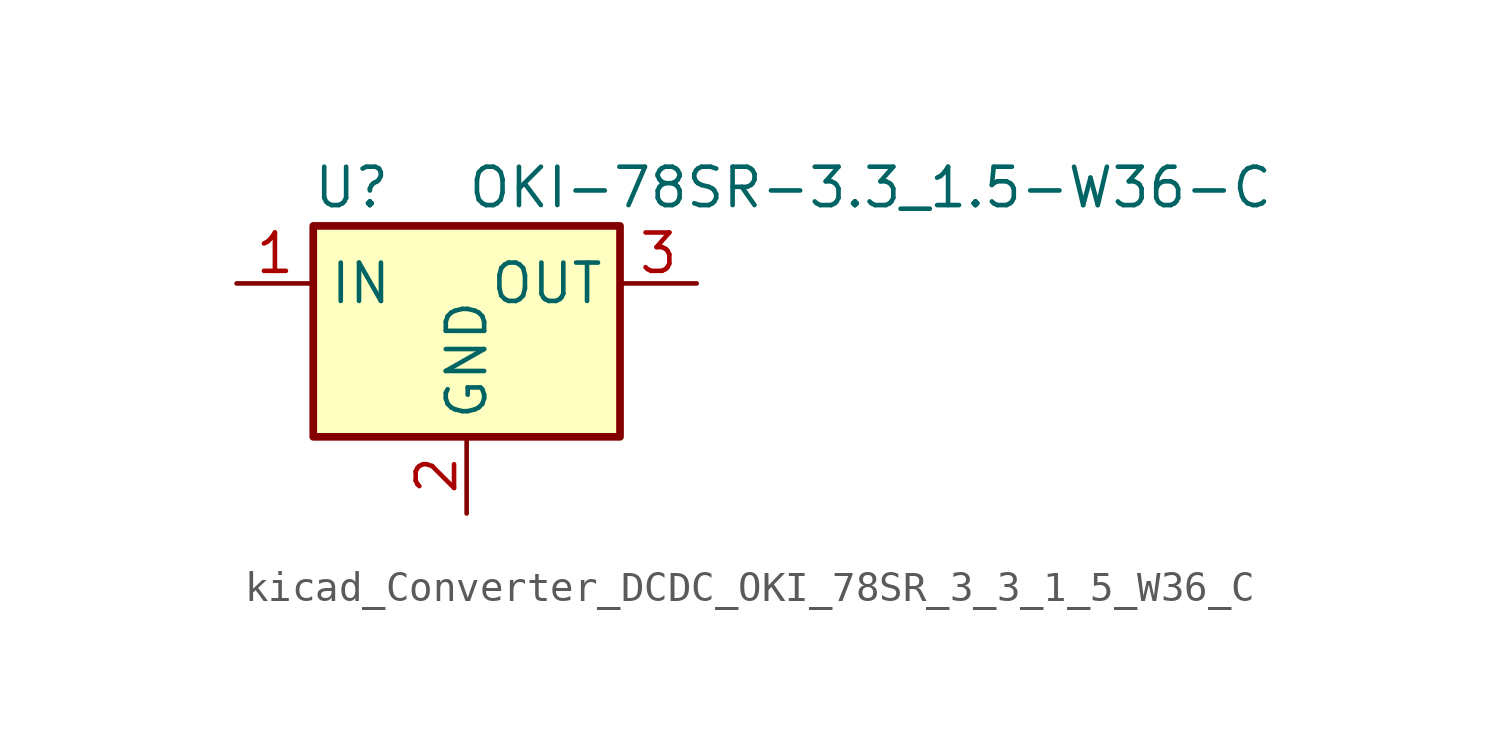
<source format=kicad_sym>
(kicad_symbol_lib
  (version 20220914)
  (generator kicad_symbol_editor)
  (symbol "kicad_Converter_DCDC_OKI_78SR_3_3_1_5_W36_C"
    (property "Reference" "U"
      (at -3.81 3.175 0)
      (effects (font (size 1.27 1.27))))
    (property "Value" "OKI-78SR-3.3_1.5-W36-C"
      (at 0 3.175 0)
      (effects (font (size 1.27 1.27)) (justify left)))
    (symbol "kicad_Converter_DCDC_OKI_78SR_3_3_1_5_W36_C_0_1"
      (rectangle (start -5.08 1.905) (end 5.08 -5.08) (stroke (width 0.254) (type default)) (fill (type background))))
    (symbol "kicad_Converter_DCDC_OKI_78SR_3_3_1_5_W36_C_1_1"
      (pin power_in line (at -7.62 0 0) (length 2.54) (name "IN" (effects (font (size 1.27 1.27)))) (number "1" (effects (font (size 1.27 1.27)))))
      (pin power_in line (at 0 -7.62 90) (length 2.54) (name "GND" (effects (font (size 1.27 1.27)))) (number "2" (effects (font (size 1.27 1.27)))))
      (pin power_out line (at 7.62 0 180) (length 2.54) (name "OUT" (effects (font (size 1.27 1.27)))) (number "3" (effects (font (size 1.27 1.27))))))))
</source>
